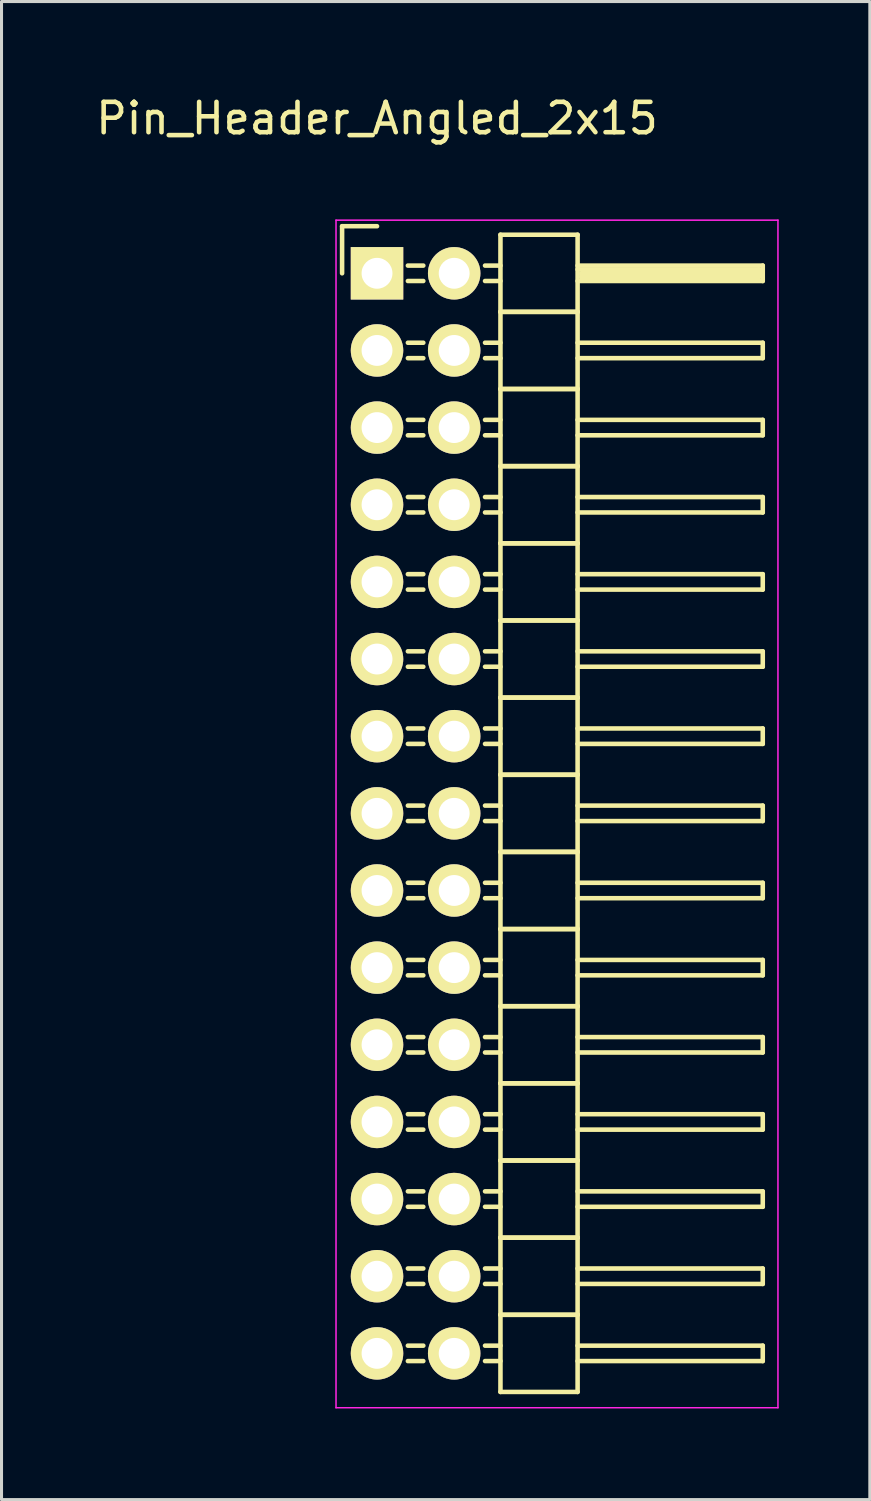
<source format=kicad_pcb>
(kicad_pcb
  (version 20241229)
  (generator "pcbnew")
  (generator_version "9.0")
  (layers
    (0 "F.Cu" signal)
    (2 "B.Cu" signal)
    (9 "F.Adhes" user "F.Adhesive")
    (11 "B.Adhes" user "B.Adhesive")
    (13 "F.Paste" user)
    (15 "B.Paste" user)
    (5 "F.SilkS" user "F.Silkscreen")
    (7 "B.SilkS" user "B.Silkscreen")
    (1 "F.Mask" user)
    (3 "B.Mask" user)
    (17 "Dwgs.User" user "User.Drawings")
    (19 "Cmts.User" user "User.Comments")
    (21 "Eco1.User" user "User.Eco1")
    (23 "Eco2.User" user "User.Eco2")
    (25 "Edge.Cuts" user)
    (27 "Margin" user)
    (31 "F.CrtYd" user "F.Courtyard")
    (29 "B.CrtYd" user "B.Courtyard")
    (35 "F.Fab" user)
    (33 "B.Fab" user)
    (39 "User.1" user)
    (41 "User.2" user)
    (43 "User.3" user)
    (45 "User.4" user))
  (footprint "Pin_Header_Angled_2x15"
    (layer "F.Cu")
    (at 9.363 5.948)
    (property "Reference" "Pin_Header_Angled_2x15" (at 0 -5.1 0) (layer "F.SilkS") (effects (font (size 1 1) (thickness 0.15))))
    (attr through_hole)
    (fp_line (start -1.15 -1.55) (end -1.15 0) (stroke (width 0.15) (type solid)) (layer "F.SilkS"))
    (fp_line (start 0 -1.55) (end -1.15 -1.55) (stroke (width 0.15) (type solid)) (layer "F.SilkS"))
    (fp_line (start 1.524 -0.254) (end 1.016 -0.254) (stroke (width 0.15) (type solid)) (layer "F.SilkS"))
    (fp_line (start 1.524 0.254) (end 1.016 0.254) (stroke (width 0.15) (type solid)) (layer "F.SilkS"))
    (fp_line (start 1.524 2.286) (end 1.016 2.286) (stroke (width 0.15) (type solid)) (layer "F.SilkS"))
    (fp_line (start 1.524 2.794) (end 1.016 2.794) (stroke (width 0.15) (type solid)) (layer "F.SilkS"))
    (fp_line (start 1.524 4.826) (end 1.016 4.826) (stroke (width 0.15) (type solid)) (layer "F.SilkS"))
    (fp_line (start 1.524 5.334) (end 1.016 5.334) (stroke (width 0.15) (type solid)) (layer "F.SilkS"))
    (fp_line (start 1.524 7.366) (end 1.016 7.366) (stroke (width 0.15) (type solid)) (layer "F.SilkS"))
    (fp_line (start 1.524 7.874) (end 1.016 7.874) (stroke (width 0.15) (type solid)) (layer "F.SilkS"))
    (fp_line (start 1.524 9.906) (end 1.016 9.906) (stroke (width 0.15) (type solid)) (layer "F.SilkS"))
    (fp_line (start 1.524 10.414) (end 1.016 10.414) (stroke (width 0.15) (type solid)) (layer "F.SilkS"))
    (fp_line (start 1.524 12.446) (end 1.016 12.446) (stroke (width 0.15) (type solid)) (layer "F.SilkS"))
    (fp_line (start 1.524 12.954) (end 1.016 12.954) (stroke (width 0.15) (type solid)) (layer "F.SilkS"))
    (fp_line (start 1.524 14.986) (end 1.016 14.986) (stroke (width 0.15) (type solid)) (layer "F.SilkS"))
    (fp_line (start 1.524 15.494) (end 1.016 15.494) (stroke (width 0.15) (type solid)) (layer "F.SilkS"))
    (fp_line (start 1.524 17.526) (end 1.016 17.526) (stroke (width 0.15) (type solid)) (layer "F.SilkS"))
    (fp_line (start 1.524 18.034) (end 1.016 18.034) (stroke (width 0.15) (type solid)) (layer "F.SilkS"))
    (fp_line (start 1.524 20.066) (end 1.016 20.066) (stroke (width 0.15) (type solid)) (layer "F.SilkS"))
    (fp_line (start 1.524 20.574) (end 1.016 20.574) (stroke (width 0.15) (type solid)) (layer "F.SilkS"))
    (fp_line (start 1.524 22.606) (end 1.016 22.606) (stroke (width 0.15) (type solid)) (layer "F.SilkS"))
    (fp_line (start 1.524 23.114) (end 1.016 23.114) (stroke (width 0.15) (type solid)) (layer "F.SilkS"))
    (fp_line (start 1.524 25.146) (end 1.016 25.146) (stroke (width 0.15) (type solid)) (layer "F.SilkS"))
    (fp_line (start 1.524 25.654) (end 1.016 25.654) (stroke (width 0.15) (type solid)) (layer "F.SilkS"))
    (fp_line (start 1.524 27.686) (end 1.016 27.686) (stroke (width 0.15) (type solid)) (layer "F.SilkS"))
    (fp_line (start 1.524 28.194) (end 1.016 28.194) (stroke (width 0.15) (type solid)) (layer "F.SilkS"))
    (fp_line (start 1.524 30.226) (end 1.016 30.226) (stroke (width 0.15) (type solid)) (layer "F.SilkS"))
    (fp_line (start 1.524 30.734) (end 1.016 30.734) (stroke (width 0.15) (type solid)) (layer "F.SilkS"))
    (fp_line (start 1.524 32.766) (end 1.016 32.766) (stroke (width 0.15) (type solid)) (layer "F.SilkS"))
    (fp_line (start 1.524 33.274) (end 1.016 33.274) (stroke (width 0.15) (type solid)) (layer "F.SilkS"))
    (fp_line (start 1.524 35.306) (end 1.016 35.306) (stroke (width 0.15) (type solid)) (layer "F.SilkS"))
    (fp_line (start 1.524 35.814) (end 1.016 35.814) (stroke (width 0.15) (type solid)) (layer "F.SilkS"))
    (fp_line (start 4.064 -1.27) (end 4.064 1.27) (stroke (width 0.15) (type solid)) (layer "F.SilkS"))
    (fp_line (start 4.064 -1.27) (end 6.604 -1.27) (stroke (width 0.15) (type solid)) (layer "F.SilkS"))
    (fp_line (start 4.064 -0.254) (end 3.556 -0.254) (stroke (width 0.15) (type solid)) (layer "F.SilkS"))
    (fp_line (start 4.064 0.254) (end 3.556 0.254) (stroke (width 0.15) (type solid)) (layer "F.SilkS"))
    (fp_line (start 4.064 1.27) (end 4.064 3.81) (stroke (width 0.15) (type solid)) (layer "F.SilkS"))
    (fp_line (start 4.064 1.27) (end 6.604 1.27) (stroke (width 0.15) (type solid)) (layer "F.SilkS"))
    (fp_line (start 4.064 1.27) (end 6.604 1.27) (stroke (width 0.15) (type solid)) (layer "F.SilkS"))
    (fp_line (start 4.064 2.286) (end 3.556 2.286) (stroke (width 0.15) (type solid)) (layer "F.SilkS"))
    (fp_line (start 4.064 2.794) (end 3.556 2.794) (stroke (width 0.15) (type solid)) (layer "F.SilkS"))
    (fp_line (start 4.064 3.81) (end 4.064 6.35) (stroke (width 0.15) (type solid)) (layer "F.SilkS"))
    (fp_line (start 4.064 3.81) (end 6.604 3.81) (stroke (width 0.15) (type solid)) (layer "F.SilkS"))
    (fp_line (start 4.064 3.81) (end 6.604 3.81) (stroke (width 0.15) (type solid)) (layer "F.SilkS"))
    (fp_line (start 4.064 4.826) (end 3.556 4.826) (stroke (width 0.15) (type solid)) (layer "F.SilkS"))
    (fp_line (start 4.064 5.334) (end 3.556 5.334) (stroke (width 0.15) (type solid)) (layer "F.SilkS"))
    (fp_line (start 4.064 6.35) (end 4.064 8.89) (stroke (width 0.15) (type solid)) (layer "F.SilkS"))
    (fp_line (start 4.064 6.35) (end 6.604 6.35) (stroke (width 0.15) (type solid)) (layer "F.SilkS"))
    (fp_line (start 4.064 6.35) (end 6.604 6.35) (stroke (width 0.15) (type solid)) (layer "F.SilkS"))
    (fp_line (start 4.064 7.366) (end 3.556 7.366) (stroke (width 0.15) (type solid)) (layer "F.SilkS"))
    (fp_line (start 4.064 7.874) (end 3.556 7.874) (stroke (width 0.15) (type solid)) (layer "F.SilkS"))
    (fp_line (start 4.064 8.89) (end 4.064 11.43) (stroke (width 0.15) (type solid)) (layer "F.SilkS"))
    (fp_line (start 4.064 8.89) (end 6.604 8.89) (stroke (width 0.15) (type solid)) (layer "F.SilkS"))
    (fp_line (start 4.064 8.89) (end 6.604 8.89) (stroke (width 0.15) (type solid)) (layer "F.SilkS"))
    (fp_line (start 4.064 9.906) (end 3.556 9.906) (stroke (width 0.15) (type solid)) (layer "F.SilkS"))
    (fp_line (start 4.064 10.414) (end 3.556 10.414) (stroke (width 0.15) (type solid)) (layer "F.SilkS"))
    (fp_line (start 4.064 11.43) (end 4.064 13.97) (stroke (width 0.15) (type solid)) (layer "F.SilkS"))
    (fp_line (start 4.064 11.43) (end 6.604 11.43) (stroke (width 0.15) (type solid)) (layer "F.SilkS"))
    (fp_line (start 4.064 11.43) (end 6.604 11.43) (stroke (width 0.15) (type solid)) (layer "F.SilkS"))
    (fp_line (start 4.064 12.446) (end 3.556 12.446) (stroke (width 0.15) (type solid)) (layer "F.SilkS"))
    (fp_line (start 4.064 12.954) (end 3.556 12.954) (stroke (width 0.15) (type solid)) (layer "F.SilkS"))
    (fp_line (start 4.064 13.97) (end 4.064 16.51) (stroke (width 0.15) (type solid)) (layer "F.SilkS"))
    (fp_line (start 4.064 13.97) (end 6.604 13.97) (stroke (width 0.15) (type solid)) (layer "F.SilkS"))
    (fp_line (start 4.064 13.97) (end 6.604 13.97) (stroke (width 0.15) (type solid)) (layer "F.SilkS"))
    (fp_line (start 4.064 14.986) (end 3.556 14.986) (stroke (width 0.15) (type solid)) (layer "F.SilkS"))
    (fp_line (start 4.064 15.494) (end 3.556 15.494) (stroke (width 0.15) (type solid)) (layer "F.SilkS"))
    (fp_line (start 4.064 16.51) (end 4.064 19.05) (stroke (width 0.15) (type solid)) (layer "F.SilkS"))
    (fp_line (start 4.064 16.51) (end 6.604 16.51) (stroke (width 0.15) (type solid)) (layer "F.SilkS"))
    (fp_line (start 4.064 16.51) (end 6.604 16.51) (stroke (width 0.15) (type solid)) (layer "F.SilkS"))
    (fp_line (start 4.064 17.526) (end 3.556 17.526) (stroke (width 0.15) (type solid)) (layer "F.SilkS"))
    (fp_line (start 4.064 18.034) (end 3.556 18.034) (stroke (width 0.15) (type solid)) (layer "F.SilkS"))
    (fp_line (start 4.064 19.05) (end 4.064 21.59) (stroke (width 0.15) (type solid)) (layer "F.SilkS"))
    (fp_line (start 4.064 19.05) (end 6.604 19.05) (stroke (width 0.15) (type solid)) (layer "F.SilkS"))
    (fp_line (start 4.064 19.05) (end 6.604 19.05) (stroke (width 0.15) (type solid)) (layer "F.SilkS"))
    (fp_line (start 4.064 20.066) (end 3.556 20.066) (stroke (width 0.15) (type solid)) (layer "F.SilkS"))
    (fp_line (start 4.064 20.574) (end 3.556 20.574) (stroke (width 0.15) (type solid)) (layer "F.SilkS"))
    (fp_line (start 4.064 21.59) (end 4.064 24.13) (stroke (width 0.15) (type solid)) (layer "F.SilkS"))
    (fp_line (start 4.064 21.59) (end 6.604 21.59) (stroke (width 0.15) (type solid)) (layer "F.SilkS"))
    (fp_line (start 4.064 21.59) (end 6.604 21.59) (stroke (width 0.15) (type solid)) (layer "F.SilkS"))
    (fp_line (start 4.064 22.606) (end 3.556 22.606) (stroke (width 0.15) (type solid)) (layer "F.SilkS"))
    (fp_line (start 4.064 23.114) (end 3.556 23.114) (stroke (width 0.15) (type solid)) (layer "F.SilkS"))
    (fp_line (start 4.064 24.13) (end 4.064 26.67) (stroke (width 0.15) (type solid)) (layer "F.SilkS"))
    (fp_line (start 4.064 24.13) (end 6.604 24.13) (stroke (width 0.15) (type solid)) (layer "F.SilkS"))
    (fp_line (start 4.064 24.13) (end 6.604 24.13) (stroke (width 0.15) (type solid)) (layer "F.SilkS"))
    (fp_line (start 4.064 25.146) (end 3.556 25.146) (stroke (width 0.15) (type solid)) (layer "F.SilkS"))
    (fp_line (start 4.064 25.654) (end 3.556 25.654) (stroke (width 0.15) (type solid)) (layer "F.SilkS"))
    (fp_line (start 4.064 26.67) (end 4.064 29.21) (stroke (width 0.15) (type solid)) (layer "F.SilkS"))
    (fp_line (start 4.064 26.67) (end 6.604 26.67) (stroke (width 0.15) (type solid)) (layer "F.SilkS"))
    (fp_line (start 4.064 26.67) (end 6.604 26.67) (stroke (width 0.15) (type solid)) (layer "F.SilkS"))
    (fp_line (start 4.064 27.686) (end 3.556 27.686) (stroke (width 0.15) (type solid)) (layer "F.SilkS"))
    (fp_line (start 4.064 28.194) (end 3.556 28.194) (stroke (width 0.15) (type solid)) (layer "F.SilkS"))
    (fp_line (start 4.064 29.21) (end 4.064 31.75) (stroke (width 0.15) (type solid)) (layer "F.SilkS"))
    (fp_line (start 4.064 29.21) (end 6.604 29.21) (stroke (width 0.15) (type solid)) (layer "F.SilkS"))
    (fp_line (start 4.064 29.21) (end 6.604 29.21) (stroke (width 0.15) (type solid)) (layer "F.SilkS"))
    (fp_line (start 4.064 30.226) (end 3.556 30.226) (stroke (width 0.15) (type solid)) (layer "F.SilkS"))
    (fp_line (start 4.064 30.734) (end 3.556 30.734) (stroke (width 0.15) (type solid)) (layer "F.SilkS"))
    (fp_line (start 4.064 31.75) (end 4.064 34.29) (stroke (width 0.15) (type solid)) (layer "F.SilkS"))
    (fp_line (start 4.064 31.75) (end 6.604 31.75) (stroke (width 0.15) (type solid)) (layer "F.SilkS"))
    (fp_line (start 4.064 31.75) (end 6.604 31.75) (stroke (width 0.15) (type solid)) (layer "F.SilkS"))
    (fp_line (start 4.064 32.766) (end 3.556 32.766) (stroke (width 0.15) (type solid)) (layer "F.SilkS"))
    (fp_line (start 4.064 33.274) (end 3.556 33.274) (stroke (width 0.15) (type solid)) (layer "F.SilkS"))
    (fp_line (start 4.064 34.29) (end 4.064 36.83) (stroke (width 0.15) (type solid)) (layer "F.SilkS"))
    (fp_line (start 4.064 34.29) (end 6.604 34.29) (stroke (width 0.15) (type solid)) (layer "F.SilkS"))
    (fp_line (start 4.064 34.29) (end 6.604 34.29) (stroke (width 0.15) (type solid)) (layer "F.SilkS"))
    (fp_line (start 4.064 35.306) (end 3.556 35.306) (stroke (width 0.15) (type solid)) (layer "F.SilkS"))
    (fp_line (start 4.064 35.814) (end 3.556 35.814) (stroke (width 0.15) (type solid)) (layer "F.SilkS"))
    (fp_line (start 4.064 36.83) (end 6.604 36.83) (stroke (width 0.15) (type solid)) (layer "F.SilkS"))
    (fp_line (start 6.604 -0.254) (end 12.7 -0.254) (stroke (width 0.15) (type solid)) (layer "F.SilkS"))
    (fp_line (start 6.604 -0.127) (end 12.573 -0.127) (stroke (width 0.15) (type solid)) (layer "F.SilkS"))
    (fp_line (start 6.604 1.27) (end 6.604 -1.27) (stroke (width 0.15) (type solid)) (layer "F.SilkS"))
    (fp_line (start 6.604 2.286) (end 12.7 2.286) (stroke (width 0.15) (type solid)) (layer "F.SilkS"))
    (fp_line (start 6.604 3.81) (end 6.604 1.27) (stroke (width 0.15) (type solid)) (layer "F.SilkS"))
    (fp_line (start 6.604 4.826) (end 12.7 4.826) (stroke (width 0.15) (type solid)) (layer "F.SilkS"))
    (fp_line (start 6.604 6.35) (end 6.604 3.81) (stroke (width 0.15) (type solid)) (layer "F.SilkS"))
    (fp_line (start 6.604 7.366) (end 12.7 7.366) (stroke (width 0.15) (type solid)) (layer "F.SilkS"))
    (fp_line (start 6.604 8.89) (end 6.604 6.35) (stroke (width 0.15) (type solid)) (layer "F.SilkS"))
    (fp_line (start 6.604 9.906) (end 12.7 9.906) (stroke (width 0.15) (type solid)) (layer "F.SilkS"))
    (fp_line (start 6.604 11.43) (end 6.604 8.89) (stroke (width 0.15) (type solid)) (layer "F.SilkS"))
    (fp_line (start 6.604 12.446) (end 12.7 12.446) (stroke (width 0.15) (type solid)) (layer "F.SilkS"))
    (fp_line (start 6.604 13.97) (end 6.604 11.43) (stroke (width 0.15) (type solid)) (layer "F.SilkS"))
    (fp_line (start 6.604 14.986) (end 12.7 14.986) (stroke (width 0.15) (type solid)) (layer "F.SilkS"))
    (fp_line (start 6.604 16.51) (end 6.604 13.97) (stroke (width 0.15) (type solid)) (layer "F.SilkS"))
    (fp_line (start 6.604 17.526) (end 12.7 17.526) (stroke (width 0.15) (type solid)) (layer "F.SilkS"))
    (fp_line (start 6.604 19.05) (end 6.604 16.51) (stroke (width 0.15) (type solid)) (layer "F.SilkS"))
    (fp_line (start 6.604 20.066) (end 12.7 20.066) (stroke (width 0.15) (type solid)) (layer "F.SilkS"))
    (fp_line (start 6.604 21.59) (end 6.604 19.05) (stroke (width 0.15) (type solid)) (layer "F.SilkS"))
    (fp_line (start 6.604 22.606) (end 12.7 22.606) (stroke (width 0.15) (type solid)) (layer "F.SilkS"))
    (fp_line (start 6.604 24.13) (end 6.604 21.59) (stroke (width 0.15) (type solid)) (layer "F.SilkS"))
    (fp_line (start 6.604 25.146) (end 12.7 25.146) (stroke (width 0.15) (type solid)) (layer "F.SilkS"))
    (fp_line (start 6.604 26.67) (end 6.604 24.13) (stroke (width 0.15) (type solid)) (layer "F.SilkS"))
    (fp_line (start 6.604 27.686) (end 12.7 27.686) (stroke (width 0.15) (type solid)) (layer "F.SilkS"))
    (fp_line (start 6.604 29.21) (end 6.604 26.67) (stroke (width 0.15) (type solid)) (layer "F.SilkS"))
    (fp_line (start 6.604 30.226) (end 12.7 30.226) (stroke (width 0.15) (type solid)) (layer "F.SilkS"))
    (fp_line (start 6.604 31.75) (end 6.604 29.21) (stroke (width 0.15) (type solid)) (layer "F.SilkS"))
    (fp_line (start 6.604 32.766) (end 12.7 32.766) (stroke (width 0.15) (type solid)) (layer "F.SilkS"))
    (fp_line (start 6.604 34.29) (end 6.604 31.75) (stroke (width 0.15) (type solid)) (layer "F.SilkS"))
    (fp_line (start 6.604 35.306) (end 12.7 35.306) (stroke (width 0.15) (type solid)) (layer "F.SilkS"))
    (fp_line (start 6.604 36.83) (end 6.604 34.29) (stroke (width 0.15) (type solid)) (layer "F.SilkS"))
    (fp_line (start 6.731 0) (end 12.573 0) (stroke (width 0.15) (type solid)) (layer "F.SilkS"))
    (fp_line (start 6.731 0.127) (end 6.731 0) (stroke (width 0.15) (type solid)) (layer "F.SilkS"))
    (fp_line (start 12.573 -0.127) (end 12.573 0.127) (stroke (width 0.15) (type solid)) (layer "F.SilkS"))
    (fp_line (start 12.573 0.127) (end 6.731 0.127) (stroke (width 0.15) (type solid)) (layer "F.SilkS"))
    (fp_line (start 12.7 -0.254) (end 12.7 0.254) (stroke (width 0.15) (type solid)) (layer "F.SilkS"))
    (fp_line (start 12.7 0.254) (end 6.604 0.254) (stroke (width 0.15) (type solid)) (layer "F.SilkS"))
    (fp_line (start 12.7 2.286) (end 12.7 2.794) (stroke (width 0.15) (type solid)) (layer "F.SilkS"))
    (fp_line (start 12.7 2.794) (end 6.604 2.794) (stroke (width 0.15) (type solid)) (layer "F.SilkS"))
    (fp_line (start 12.7 4.826) (end 12.7 5.334) (stroke (width 0.15) (type solid)) (layer "F.SilkS"))
    (fp_line (start 12.7 5.334) (end 6.604 5.334) (stroke (width 0.15) (type solid)) (layer "F.SilkS"))
    (fp_line (start 12.7 7.366) (end 12.7 7.874) (stroke (width 0.15) (type solid)) (layer "F.SilkS"))
    (fp_line (start 12.7 7.874) (end 6.604 7.874) (stroke (width 0.15) (type solid)) (layer "F.SilkS"))
    (fp_line (start 12.7 9.906) (end 12.7 10.414) (stroke (width 0.15) (type solid)) (layer "F.SilkS"))
    (fp_line (start 12.7 10.414) (end 6.604 10.414) (stroke (width 0.15) (type solid)) (layer "F.SilkS"))
    (fp_line (start 12.7 12.446) (end 12.7 12.954) (stroke (width 0.15) (type solid)) (layer "F.SilkS"))
    (fp_line (start 12.7 12.954) (end 6.604 12.954) (stroke (width 0.15) (type solid)) (layer "F.SilkS"))
    (fp_line (start 12.7 14.986) (end 12.7 15.494) (stroke (width 0.15) (type solid)) (layer "F.SilkS"))
    (fp_line (start 12.7 15.494) (end 6.604 15.494) (stroke (width 0.15) (type solid)) (layer "F.SilkS"))
    (fp_line (start 12.7 17.526) (end 12.7 18.034) (stroke (width 0.15) (type solid)) (layer "F.SilkS"))
    (fp_line (start 12.7 18.034) (end 6.604 18.034) (stroke (width 0.15) (type solid)) (layer "F.SilkS"))
    (fp_line (start 12.7 20.066) (end 12.7 20.574) (stroke (width 0.15) (type solid)) (layer "F.SilkS"))
    (fp_line (start 12.7 20.574) (end 6.604 20.574) (stroke (width 0.15) (type solid)) (layer "F.SilkS"))
    (fp_line (start 12.7 22.606) (end 12.7 23.114) (stroke (width 0.15) (type solid)) (layer "F.SilkS"))
    (fp_line (start 12.7 23.114) (end 6.604 23.114) (stroke (width 0.15) (type solid)) (layer "F.SilkS"))
    (fp_line (start 12.7 25.146) (end 12.7 25.654) (stroke (width 0.15) (type solid)) (layer "F.SilkS"))
    (fp_line (start 12.7 25.654) (end 6.604 25.654) (stroke (width 0.15) (type solid)) (layer "F.SilkS"))
    (fp_line (start 12.7 27.686) (end 12.7 28.194) (stroke (width 0.15) (type solid)) (layer "F.SilkS"))
    (fp_line (start 12.7 28.194) (end 6.604 28.194) (stroke (width 0.15) (type solid)) (layer "F.SilkS"))
    (fp_line (start 12.7 30.226) (end 12.7 30.734) (stroke (width 0.15) (type solid)) (layer "F.SilkS"))
    (fp_line (start 12.7 30.734) (end 6.604 30.734) (stroke (width 0.15) (type solid)) (layer "F.SilkS"))
    (fp_line (start 12.7 32.766) (end 12.7 33.274) (stroke (width 0.15) (type solid)) (layer "F.SilkS"))
    (fp_line (start 12.7 33.274) (end 6.604 33.274) (stroke (width 0.15) (type solid)) (layer "F.SilkS"))
    (fp_line (start 12.7 35.306) (end 12.7 35.814) (stroke (width 0.15) (type solid)) (layer "F.SilkS"))
    (fp_line (start 12.7 35.814) (end 6.604 35.814) (stroke (width 0.15) (type solid)) (layer "F.SilkS"))
    (fp_line (start -1.35 -1.75) (end -1.35 37.35) (stroke (width 0.05) (type solid)) (layer "F.CrtYd"))
    (fp_line (start -1.35 -1.75) (end 13.2 -1.75) (stroke (width 0.05) (type solid)) (layer "F.CrtYd"))
    (fp_line (start -1.35 37.35) (end 13.2 37.35) (stroke (width 0.05) (type solid)) (layer "F.CrtYd"))
    (fp_line (start 13.2 -1.75) (end 13.2 37.35) (stroke (width 0.05) (type solid)) (layer "F.CrtYd"))
    (pad "1" thru_hole rect (at 0 0) (size 1.727 1.727) (drill 1.016) (layers "*.Cu" "*.Mask" "F.SilkS"))
    (pad "2" thru_hole oval (at 2.54 0) (size 1.727 1.727) (drill 1.016) (layers "*.Cu" "*.Mask" "F.SilkS"))
    (pad "3" thru_hole oval (at 0 2.54) (size 1.727 1.727) (drill 1.016) (layers "*.Cu" "*.Mask" "F.SilkS"))
    (pad "4" thru_hole oval (at 2.54 2.54) (size 1.727 1.727) (drill 1.016) (layers "*.Cu" "*.Mask" "F.SilkS"))
    (pad "5" thru_hole oval (at 0 5.08) (size 1.727 1.727) (drill 1.016) (layers "*.Cu" "*.Mask" "F.SilkS"))
    (pad "6" thru_hole oval (at 2.54 5.08) (size 1.727 1.727) (drill 1.016) (layers "*.Cu" "*.Mask" "F.SilkS"))
    (pad "7" thru_hole oval (at 0 7.62) (size 1.727 1.727) (drill 1.016) (layers "*.Cu" "*.Mask" "F.SilkS"))
    (pad "8" thru_hole oval (at 2.54 7.62) (size 1.727 1.727) (drill 1.016) (layers "*.Cu" "*.Mask" "F.SilkS"))
    (pad "9" thru_hole oval (at 0 10.16) (size 1.727 1.727) (drill 1.016) (layers "*.Cu" "*.Mask" "F.SilkS"))
    (pad "10" thru_hole oval (at 2.54 10.16) (size 1.727 1.727) (drill 1.016) (layers "*.Cu" "*.Mask" "F.SilkS"))
    (pad "11" thru_hole oval (at 0 12.7) (size 1.727 1.727) (drill 1.016) (layers "*.Cu" "*.Mask" "F.SilkS"))
    (pad "12" thru_hole oval (at 2.54 12.7) (size 1.727 1.727) (drill 1.016) (layers "*.Cu" "*.Mask" "F.SilkS"))
    (pad "13" thru_hole oval (at 0 15.24) (size 1.727 1.727) (drill 1.016) (layers "*.Cu" "*.Mask" "F.SilkS"))
    (pad "14" thru_hole oval (at 2.54 15.24) (size 1.727 1.727) (drill 1.016) (layers "*.Cu" "*.Mask" "F.SilkS"))
    (pad "15" thru_hole oval (at 0 17.78) (size 1.727 1.727) (drill 1.016) (layers "*.Cu" "*.Mask" "F.SilkS"))
    (pad "16" thru_hole oval (at 2.54 17.78) (size 1.727 1.727) (drill 1.016) (layers "*.Cu" "*.Mask" "F.SilkS"))
    (pad "17" thru_hole oval (at 0 20.32) (size 1.727 1.727) (drill 1.016) (layers "*.Cu" "*.Mask" "F.SilkS"))
    (pad "18" thru_hole oval (at 2.54 20.32) (size 1.727 1.727) (drill 1.016) (layers "*.Cu" "*.Mask" "F.SilkS"))
    (pad "19" thru_hole oval (at 0 22.86) (size 1.727 1.727) (drill 1.016) (layers "*.Cu" "*.Mask" "F.SilkS"))
    (pad "20" thru_hole oval (at 2.54 22.86) (size 1.727 1.727) (drill 1.016) (layers "*.Cu" "*.Mask" "F.SilkS"))
    (pad "21" thru_hole oval (at 0 25.4) (size 1.727 1.727) (drill 1.016) (layers "*.Cu" "*.Mask" "F.SilkS"))
    (pad "22" thru_hole oval (at 2.54 25.4) (size 1.727 1.727) (drill 1.016) (layers "*.Cu" "*.Mask" "F.SilkS"))
    (pad "23" thru_hole oval (at 0 27.94) (size 1.727 1.727) (drill 1.016) (layers "*.Cu" "*.Mask" "F.SilkS"))
    (pad "24" thru_hole oval (at 2.54 27.94) (size 1.727 1.727) (drill 1.016) (layers "*.Cu" "*.Mask" "F.SilkS"))
    (pad "25" thru_hole oval (at 0 30.48) (size 1.727 1.727) (drill 1.016) (layers "*.Cu" "*.Mask" "F.SilkS"))
    (pad "26" thru_hole oval (at 2.54 30.48) (size 1.727 1.727) (drill 1.016) (layers "*.Cu" "*.Mask" "F.SilkS"))
    (pad "27" thru_hole oval (at 0 33.02) (size 1.727 1.727) (drill 1.016) (layers "*.Cu" "*.Mask" "F.SilkS"))
    (pad "28" thru_hole oval (at 2.54 33.02) (size 1.727 1.727) (drill 1.016) (layers "*.Cu" "*.Mask" "F.SilkS"))
    (pad "29" thru_hole oval (at 0 35.56) (size 1.727 1.727) (drill 1.016) (layers "*.Cu" "*.Mask" "F.SilkS"))
    (pad "30" thru_hole oval (at 2.54 35.56) (size 1.727 1.727) (drill 1.016) (layers "*.Cu" "*.Mask" "F.SilkS")))
  (gr_rect
    (start -3 -3)
    (end 25.588 46.323)
    (stroke (width 0.1) (type default))
    (fill no)
    (layer "Edge.Cuts")))
</source>
